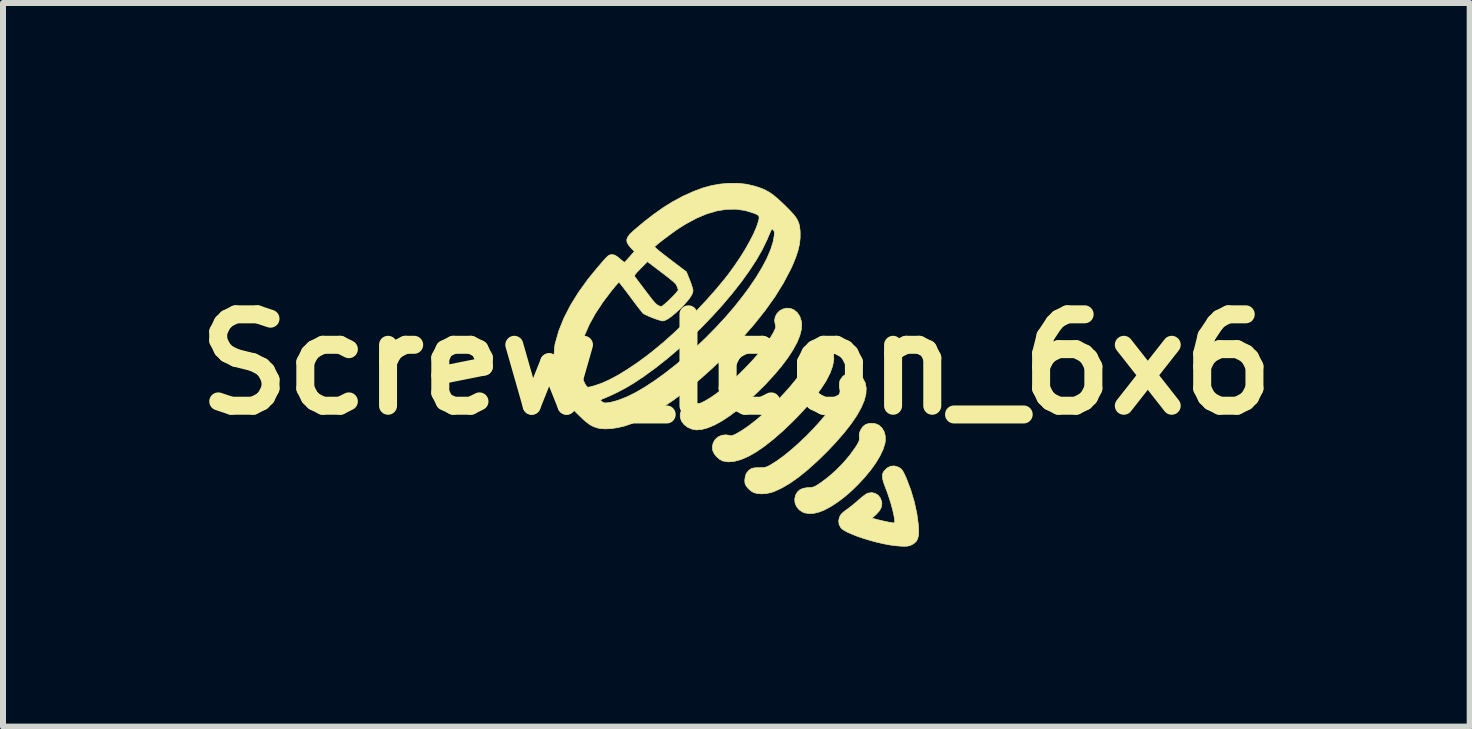
<source format=kicad_pcb>
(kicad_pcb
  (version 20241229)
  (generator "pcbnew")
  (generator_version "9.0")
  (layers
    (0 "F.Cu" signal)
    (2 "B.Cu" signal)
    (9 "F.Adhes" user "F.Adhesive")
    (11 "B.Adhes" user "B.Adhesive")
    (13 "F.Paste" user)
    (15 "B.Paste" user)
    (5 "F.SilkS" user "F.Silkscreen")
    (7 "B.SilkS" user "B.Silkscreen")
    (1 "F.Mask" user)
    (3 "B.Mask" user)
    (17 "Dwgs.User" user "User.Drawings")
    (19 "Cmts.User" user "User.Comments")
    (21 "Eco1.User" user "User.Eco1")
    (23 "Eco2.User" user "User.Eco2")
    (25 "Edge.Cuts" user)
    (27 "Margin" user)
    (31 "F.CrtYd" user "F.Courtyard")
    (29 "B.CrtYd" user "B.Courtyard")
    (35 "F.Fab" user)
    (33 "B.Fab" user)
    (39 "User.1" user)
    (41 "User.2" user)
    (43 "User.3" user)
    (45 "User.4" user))
  (footprint "Screw_Icon_6x6"
    (layer "F.Cu")
    (at 9.224 3.024)
    (property "Reference" "Screw_Icon_6x6" (at 0 0 0) (layer "F.SilkS") (effects (font (size 1.524 1.524) (thickness 0.3))))
    (attr board_only exclude_from_pos_files exclude_from_bom allow_missing_courtyard)
    (fp_poly (pts (xy 2.312 0.986) (xy 2.375 1.012) (xy 2.425 1.057) (xy 2.462 1.117) (xy 2.482 1.189) (xy 2.484 1.27) (xy 2.477 1.319) (xy 2.445 1.419) (xy 2.393 1.528) (xy 2.324 1.643) (xy 2.24 1.76) (xy 2.144 1.877) (xy 2.038 1.992) (xy 1.926 2.102) (xy 1.81 2.203) (xy 1.692 2.293) (xy 1.575 2.369) (xy 1.463 2.429) (xy 1.384 2.46) (xy 1.294 2.483) (xy 1.209 2.487) (xy 1.133 2.474) (xy 1.111 2.465) (xy 1.049 2.425) (xy 1.004 2.372) (xy 0.978 2.31) (xy 0.973 2.243) (xy 0.988 2.178) (xy 1.017 2.129) (xy 1.057 2.091) (xy 1.109 2.067) (xy 1.178 2.055) (xy 1.204 2.053) (xy 1.246 2.051) (xy 1.278 2.045) (xy 1.308 2.034) (xy 1.344 2.014) (xy 1.392 1.982) (xy 1.398 1.979) (xy 1.525 1.884) (xy 1.653 1.773) (xy 1.775 1.65) (xy 1.885 1.521) (xy 1.979 1.392) (xy 2.011 1.342) (xy 2.036 1.298) (xy 2.048 1.266) (xy 2.051 1.234) (xy 2.049 1.208) (xy 2.049 1.16) (xy 2.062 1.115) (xy 2.072 1.093) (xy 2.11 1.036) (xy 2.156 1.001) (xy 2.216 0.983) (xy 2.24 0.981) (xy 2.312 0.986)) (stroke (width 0.01) (type solid)) (fill yes) (layer "F.SilkS"))
    (fp_poly (pts (xy 0.902 -0.933) (xy 0.958 -0.911) (xy 1.015 -0.864) (xy 1.058 -0.8) (xy 1.083 -0.721) (xy 1.089 -0.681) (xy 1.085 -0.588) (xy 1.059 -0.483) (xy 1.013 -0.368) (xy 0.945 -0.244) (xy 0.858 -0.11) (xy 0.752 0.031) (xy 0.626 0.18) (xy 0.483 0.335) (xy 0.34 0.476) (xy 0.185 0.62) (xy 0.036 0.746) (xy -0.105 0.853) (xy -0.238 0.941) (xy -0.361 1.009) (xy -0.475 1.057) (xy -0.577 1.085) (xy -0.668 1.092) (xy -0.737 1.08) (xy -0.814 1.047) (xy -0.873 1.001) (xy -0.914 0.946) (xy -0.935 0.886) (xy -0.936 0.822) (xy -0.914 0.76) (xy -0.872 0.703) (xy -0.813 0.658) (xy -0.751 0.638) (xy -0.683 0.641) (xy -0.667 0.645) (xy -0.64 0.651) (xy -0.616 0.65) (xy -0.588 0.642) (xy -0.549 0.623) (xy -0.527 0.612) (xy -0.432 0.556) (xy -0.326 0.482) (xy -0.212 0.392) (xy -0.094 0.291) (xy 0.027 0.181) (xy 0.145 0.064) (xy 0.259 -0.056) (xy 0.366 -0.177) (xy 0.461 -0.294) (xy 0.505 -0.353) (xy 0.544 -0.409) (xy 0.581 -0.468) (xy 0.612 -0.52) (xy 0.624 -0.542) (xy 0.644 -0.585) (xy 0.654 -0.614) (xy 0.655 -0.638) (xy 0.648 -0.664) (xy 0.648 -0.667) (xy 0.637 -0.733) (xy 0.649 -0.795) (xy 0.678 -0.849) (xy 0.722 -0.893) (xy 0.776 -0.923) (xy 0.838 -0.938) (xy 0.902 -0.933)) (stroke (width 0.01) (type solid)) (fill yes) (layer "F.SilkS"))
    (fp_poly (pts (xy 1.42 -0.402) (xy 1.47 -0.387) (xy 1.519 -0.362) (xy 1.555 -0.329) (xy 1.585 -0.282) (xy 1.596 -0.26) (xy 1.622 -0.175) (xy 1.625 -0.079) (xy 1.605 0.028) (xy 1.563 0.145) (xy 1.498 0.271) (xy 1.41 0.408) (xy 1.3 0.555) (xy 1.168 0.712) (xy 1.013 0.878) (xy 0.946 0.946) (xy 0.778 1.107) (xy 0.619 1.246) (xy 0.469 1.364) (xy 0.328 1.461) (xy 0.197 1.535) (xy 0.076 1.587) (xy -0.036 1.617) (xy -0.136 1.625) (xy -0.226 1.61) (xy -0.228 1.609) (xy -0.278 1.583) (xy -0.327 1.541) (xy -0.368 1.491) (xy -0.392 1.441) (xy -0.393 1.438) (xy -0.4 1.369) (xy -0.385 1.306) (xy -0.352 1.251) (xy -0.303 1.208) (xy -0.244 1.182) (xy -0.177 1.174) (xy -0.126 1.181) (xy -0.094 1.188) (xy -0.067 1.185) (xy -0.033 1.172) (xy -0.01 1.161) (xy 0.092 1.102) (xy 0.203 1.026) (xy 0.322 0.934) (xy 0.444 0.83) (xy 0.567 0.717) (xy 0.687 0.599) (xy 0.802 0.477) (xy 0.909 0.356) (xy 1.004 0.239) (xy 1.084 0.127) (xy 1.146 0.025) (xy 1.157 0.004) (xy 1.178 -0.039) (xy 1.188 -0.07) (xy 1.19 -0.098) (xy 1.184 -0.131) (xy 1.184 -0.133) (xy 1.179 -0.208) (xy 1.196 -0.277) (xy 1.233 -0.334) (xy 1.29 -0.377) (xy 1.3 -0.382) (xy 1.363 -0.403) (xy 1.42 -0.402)) (stroke (width 0.01) (type solid)) (fill yes) (layer "F.SilkS"))
    (fp_poly (pts (xy 2.001 0.147) (xy 2.06 0.179) (xy 2.108 0.23) (xy 2.148 0.307) (xy 2.165 0.395) (xy 2.16 0.493) (xy 2.132 0.602) (xy 2.081 0.722) (xy 2.008 0.852) (xy 1.912 0.993) (xy 1.794 1.143) (xy 1.653 1.304) (xy 1.525 1.44) (xy 1.356 1.606) (xy 1.194 1.752) (xy 1.041 1.876) (xy 0.897 1.978) (xy 0.762 2.058) (xy 0.637 2.116) (xy 0.586 2.134) (xy 0.505 2.152) (xy 0.423 2.158) (xy 0.347 2.153) (xy 0.286 2.135) (xy 0.24 2.107) (xy 0.196 2.067) (xy 0.162 2.023) (xy 0.145 1.987) (xy 0.14 1.939) (xy 0.146 1.884) (xy 0.16 1.833) (xy 0.174 1.806) (xy 0.208 1.767) (xy 0.242 1.741) (xy 0.284 1.727) (xy 0.341 1.721) (xy 0.379 1.721) (xy 0.435 1.72) (xy 0.475 1.716) (xy 0.508 1.707) (xy 0.543 1.69) (xy 0.565 1.678) (xy 0.675 1.609) (xy 0.795 1.522) (xy 0.921 1.419) (xy 1.049 1.305) (xy 1.177 1.183) (xy 1.3 1.056) (xy 1.415 0.928) (xy 1.518 0.802) (xy 1.607 0.681) (xy 1.629 0.648) (xy 1.675 0.574) (xy 1.706 0.518) (xy 1.724 0.475) (xy 1.729 0.444) (xy 1.726 0.425) (xy 1.717 0.382) (xy 1.716 0.33) (xy 1.724 0.28) (xy 1.732 0.257) (xy 1.777 0.197) (xy 1.836 0.156) (xy 1.907 0.138) (xy 1.93 0.137) (xy 2.001 0.147)) (stroke (width 0.01) (type solid)) (fill yes) (layer "F.SilkS"))
    (fp_poly (pts (xy 2.698 1.711) (xy 2.704 1.714) (xy 2.731 1.73) (xy 2.753 1.748) (xy 2.773 1.775) (xy 2.794 1.813) (xy 2.82 1.868) (xy 2.836 1.905) (xy 2.908 2.095) (xy 2.967 2.294) (xy 3.01 2.493) (xy 3.035 2.682) (xy 3.04 2.777) (xy 3.036 2.852) (xy 3.021 2.91) (xy 2.995 2.955) (xy 2.955 2.989) (xy 2.915 3.011) (xy 2.883 3.023) (xy 2.848 3.03) (xy 2.804 3.032) (xy 2.746 3.03) (xy 2.67 3.024) (xy 2.642 3.021) (xy 2.547 3.008) (xy 2.444 2.988) (xy 2.336 2.963) (xy 2.226 2.933) (xy 2.12 2.901) (xy 2.02 2.867) (xy 1.929 2.831) (xy 1.851 2.797) (xy 1.791 2.764) (xy 1.75 2.733) (xy 1.743 2.725) (xy 1.712 2.667) (xy 1.706 2.603) (xy 1.72 2.546) (xy 1.735 2.515) (xy 1.757 2.487) (xy 1.79 2.457) (xy 1.839 2.421) (xy 1.893 2.381) (xy 1.954 2.332) (xy 2.015 2.281) (xy 2.042 2.256) (xy 2.089 2.216) (xy 2.135 2.181) (xy 2.172 2.156) (xy 2.192 2.146) (xy 2.256 2.137) (xy 2.315 2.15) (xy 2.365 2.182) (xy 2.402 2.23) (xy 2.423 2.291) (xy 2.426 2.325) (xy 2.416 2.382) (xy 2.387 2.438) (xy 2.336 2.495) (xy 2.317 2.513) (xy 2.26 2.563) (xy 2.359 2.589) (xy 2.422 2.604) (xy 2.488 2.619) (xy 2.548 2.631) (xy 2.597 2.639) (xy 2.627 2.642) (xy 2.637 2.637) (xy 2.64 2.618) (xy 2.637 2.581) (xy 2.636 2.575) (xy 2.624 2.505) (xy 2.604 2.419) (xy 2.578 2.323) (xy 2.547 2.224) (xy 2.515 2.13) (xy 2.492 2.071) (xy 2.46 1.985) (xy 2.441 1.919) (xy 2.434 1.866) (xy 2.438 1.824) (xy 2.453 1.79) (xy 2.459 1.782) (xy 2.511 1.728) (xy 2.57 1.698) (xy 2.633 1.692) (xy 2.698 1.711)) (stroke (width 0.01) (type solid)) (fill yes) (layer "F.SilkS"))
    (fp_poly (pts (xy 0.172 -3.003) (xy 0.315 -2.969) (xy 0.349 -2.958) (xy 0.424 -2.932) (xy 0.49 -2.902) (xy 0.553 -2.867) (xy 0.617 -2.822) (xy 0.686 -2.764) (xy 0.765 -2.692) (xy 0.803 -2.656) (xy 0.88 -2.579) (xy 0.94 -2.515) (xy 0.986 -2.459) (xy 1.018 -2.407) (xy 1.04 -2.357) (xy 1.054 -2.304) (xy 1.061 -2.243) (xy 1.064 -2.211) (xy 1.064 -2.109) (xy 1.053 -2.007) (xy 1.028 -1.899) (xy 0.99 -1.783) (xy 0.937 -1.654) (xy 0.9 -1.575) (xy 0.784 -1.355) (xy 0.645 -1.13) (xy 0.481 -0.9) (xy 0.294 -0.665) (xy 0.082 -0.423) (xy -0.154 -0.175) (xy -0.178 -0.152) (xy -0.402 0.065) (xy -0.624 0.263) (xy -0.843 0.442) (xy -1.057 0.601) (xy -1.266 0.74) (xy -1.468 0.857) (xy -1.662 0.952) (xy -1.759 0.992) (xy -1.863 1.027) (xy -1.972 1.053) (xy -2.079 1.069) (xy -2.179 1.075) (xy -2.265 1.07) (xy -2.305 1.062) (xy -2.357 1.046) (xy -2.405 1.026) (xy -2.453 0.997) (xy -2.504 0.958) (xy -2.564 0.906) (xy -2.635 0.837) (xy -2.646 0.827) (xy -2.738 0.733) (xy -2.812 0.649) (xy -2.852 0.595) (xy -2.261 0.595) (xy -2.259 0.604) (xy -2.251 0.612) (xy -2.225 0.631) (xy -2.21 0.639) (xy -2.175 0.643) (xy -2.12 0.636) (xy -2.05 0.621) (xy -1.968 0.597) (xy -1.962 0.595) (xy -1.827 0.542) (xy -1.681 0.47) (xy -1.525 0.379) (xy -1.362 0.272) (xy -1.194 0.151) (xy -1.021 0.016) (xy -0.848 -0.129) (xy -0.675 -0.285) (xy -0.504 -0.448) (xy -0.338 -0.617) (xy -0.178 -0.79) (xy -0.027 -0.966) (xy 0.113 -1.144) (xy 0.204 -1.266) (xy 0.327 -1.446) (xy 0.429 -1.615) (xy 0.511 -1.771) (xy 0.572 -1.914) (xy 0.613 -2.044) (xy 0.631 -2.146) (xy 0.634 -2.19) (xy 0.63 -2.218) (xy 0.618 -2.237) (xy 0.615 -2.241) (xy 0.606 -2.25) (xy 0.6 -2.256) (xy 0.593 -2.255) (xy 0.585 -2.244) (xy 0.573 -2.221) (xy 0.556 -2.182) (xy 0.531 -2.124) (xy 0.514 -2.083) (xy 0.435 -1.919) (xy 0.336 -1.745) (xy 0.218 -1.564) (xy 0.084 -1.377) (xy -0.065 -1.187) (xy -0.227 -0.995) (xy -0.399 -0.805) (xy -0.58 -0.617) (xy -0.768 -0.434) (xy -0.961 -0.258) (xy -1.158 -0.091) (xy -1.355 0.064) (xy -1.551 0.206) (xy -1.714 0.314) (xy -1.845 0.392) (xy -1.983 0.465) (xy -2.117 0.528) (xy -2.173 0.552) (xy -2.222 0.572) (xy -2.25 0.585) (xy -2.261 0.595) (xy -2.852 0.595) (xy -2.872 0.569) (xy -2.92 0.49) (xy -2.958 0.405) (xy -2.991 0.311) (xy -3.012 0.24) (xy -3.024 0.192) (xy -3.032 0.147) (xy -3.037 0.098) (xy -3.04 0.038) (xy -3.04 -0.011) (xy -2.612 -0.011) (xy -2.592 0.134) (xy -2.548 0.271) (xy -2.547 0.273) (xy -2.519 0.332) (xy -2.494 0.368) (xy -2.473 0.381) (xy -2.473 0.381) (xy -2.453 0.378) (xy -2.417 0.369) (xy -2.371 0.357) (xy -2.364 0.355) (xy -2.248 0.315) (xy -2.118 0.257) (xy -1.975 0.181) (xy -1.824 0.089) (xy -1.664 -0.018) (xy -1.498 -0.139) (xy -1.389 -0.224) (xy -1.215 -0.368) (xy -1.035 -0.529) (xy -0.853 -0.703) (xy -0.673 -0.884) (xy -0.5 -1.068) (xy -0.338 -1.251) (xy -0.191 -1.428) (xy -0.129 -1.508) (xy -0.031 -1.643) (xy 0.062 -1.78) (xy 0.147 -1.916) (xy 0.221 -2.048) (xy 0.284 -2.17) (xy 0.332 -2.28) (xy 0.349 -2.327) (xy 0.369 -2.39) (xy 0.379 -2.434) (xy 0.378 -2.464) (xy 0.364 -2.485) (xy 0.336 -2.502) (xy 0.295 -2.519) (xy 0.147 -2.565) (xy -0.005 -2.587) (xy -0.162 -2.585) (xy -0.323 -2.559) (xy -0.491 -2.51) (xy -0.664 -2.437) (xy -0.845 -2.34) (xy -0.959 -2.268) (xy -1.009 -2.234) (xy -1.067 -2.192) (xy -1.129 -2.147) (xy -1.19 -2.101) (xy -1.248 -2.057) (xy -1.297 -2.018) (xy -1.335 -1.986) (xy -1.358 -1.965) (xy -1.362 -1.96) (xy -1.354 -1.95) (xy -1.329 -1.927) (xy -1.288 -1.892) (xy -1.234 -1.849) (xy -1.17 -1.8) (xy -1.1 -1.746) (xy -0.832 -1.543) (xy -0.776 -1.403) (xy -0.754 -1.345) (xy -0.737 -1.292) (xy -0.725 -1.25) (xy -0.722 -1.228) (xy -0.731 -1.186) (xy -0.758 -1.134) (xy -0.803 -1.072) (xy -0.868 -0.998) (xy -0.926 -0.938) (xy -1.004 -0.865) (xy -1.075 -0.805) (xy -1.138 -0.76) (xy -1.19 -0.733) (xy -1.227 -0.724) (xy -1.254 -0.729) (xy -1.297 -0.742) (xy -1.351 -0.76) (xy -1.409 -0.782) (xy -1.465 -0.805) (xy -1.513 -0.827) (xy -1.546 -0.844) (xy -1.556 -0.851) (xy -1.57 -0.868) (xy -1.597 -0.902) (xy -1.635 -0.95) (xy -1.68 -1.009) (xy -1.73 -1.076) (xy -1.765 -1.123) (xy -1.817 -1.192) (xy -1.863 -1.253) (xy -1.903 -1.305) (xy -1.933 -1.343) (xy -1.952 -1.366) (xy -1.957 -1.371) (xy -1.967 -1.362) (xy -1.99 -1.336) (xy -2.023 -1.298) (xy -2.062 -1.25) (xy -2.08 -1.229) (xy -2.227 -1.034) (xy -2.351 -0.846) (xy -2.451 -0.665) (xy -2.527 -0.491) (xy -2.579 -0.323) (xy -2.608 -0.164) (xy -2.612 -0.011) (xy -3.04 -0.011) (xy -3.04 -0.039) (xy -3.04 -0.064) (xy -3.038 -0.171) (xy -3.033 -0.258) (xy -3.024 -0.328) (xy -3.018 -0.355) (xy -2.959 -0.561) (xy -2.875 -0.77) (xy -2.766 -0.983) (xy -2.632 -1.2) (xy -2.473 -1.42) (xy -2.43 -1.473) (xy -1.697 -1.473) (xy -1.695 -1.467) (xy -1.684 -1.452) (xy -1.66 -1.42) (xy -1.626 -1.374) (xy -1.583 -1.317) (xy -1.535 -1.253) (xy -1.511 -1.222) (xy -1.451 -1.143) (xy -1.404 -1.082) (xy -1.366 -1.037) (xy -1.335 -1.006) (xy -1.309 -0.986) (xy -1.285 -0.974) (xy -1.26 -0.968) (xy -1.249 -0.966) (xy -1.234 -0.974) (xy -1.206 -0.996) (xy -1.168 -1.028) (xy -1.138 -1.055) (xy -1.093 -1.099) (xy -1.05 -1.142) (xy -1.017 -1.178) (xy -1.004 -1.192) (xy -0.967 -1.24) (xy -0.987 -1.296) (xy -0.995 -1.316) (xy -1.007 -1.335) (xy -1.025 -1.355) (xy -1.051 -1.38) (xy -1.089 -1.412) (xy -1.141 -1.453) (xy -1.209 -1.506) (xy -1.245 -1.533) (xy -1.482 -1.713) (xy -1.595 -1.599) (xy -1.644 -1.549) (xy -1.676 -1.513) (xy -1.693 -1.488) (xy -1.697 -1.473) (xy -2.43 -1.473) (xy -2.31 -1.619) (xy -2.251 -1.688) (xy -2.206 -1.74) (xy -2.172 -1.777) (xy -2.146 -1.802) (xy -2.126 -1.817) (xy -2.109 -1.825) (xy -2.093 -1.828) (xy -2.074 -1.829) (xy -2.072 -1.829) (xy -2.042 -1.826) (xy -2.014 -1.815) (xy -1.981 -1.793) (xy -1.947 -1.765) (xy -1.911 -1.735) (xy -1.883 -1.713) (xy -1.867 -1.702) (xy -1.866 -1.702) (xy -1.854 -1.711) (xy -1.831 -1.735) (xy -1.799 -1.77) (xy -1.779 -1.793) (xy -1.7 -1.883) (xy -1.751 -1.935) (xy -1.796 -1.988) (xy -1.822 -2.034) (xy -1.827 -2.078) (xy -1.811 -2.122) (xy -1.774 -2.171) (xy -1.714 -2.228) (xy -1.707 -2.235) (xy -1.534 -2.38) (xy -1.371 -2.506) (xy -1.215 -2.616) (xy -1.062 -2.711) (xy -0.908 -2.794) (xy -0.883 -2.807) (xy -0.718 -2.881) (xy -0.565 -2.939) (xy -0.418 -2.98) (xy -0.271 -3.006) (xy -0.126 -3.019) (xy 0.028 -3.019) (xy 0.172 -3.003)) (stroke (width 0.01) (type solid)) (fill yes) (layer "F.SilkS")))
  (gr_rect
    (start -3 -3)
    (end 21.448 9.061)
    (stroke (width 0.1) (type default))
    (fill no)
    (layer "Edge.Cuts")))
</source>
